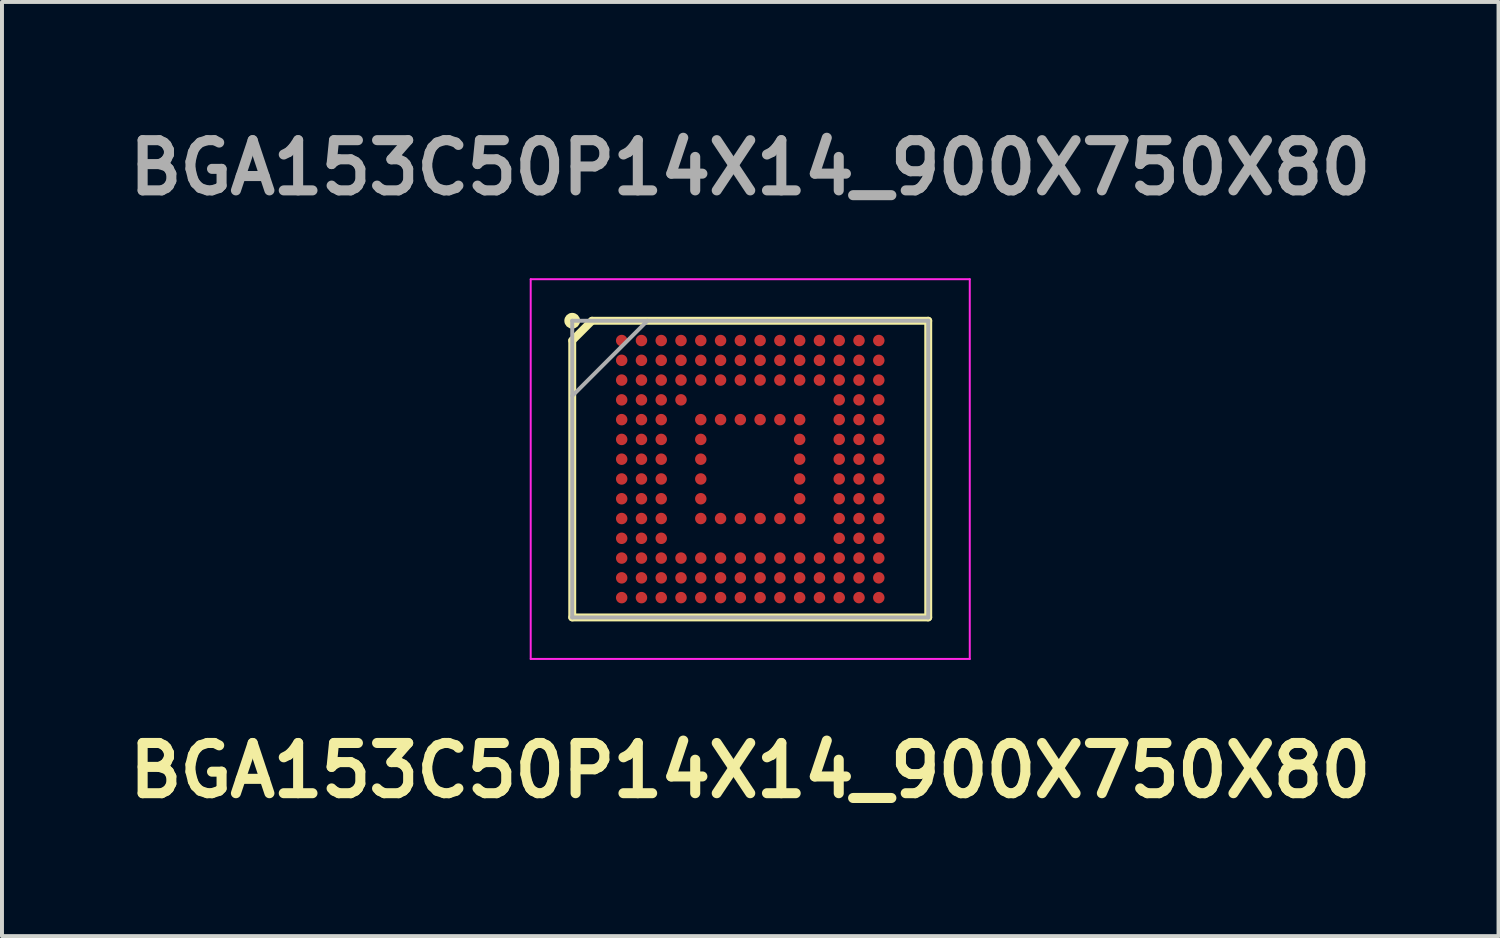
<source format=kicad_pcb>
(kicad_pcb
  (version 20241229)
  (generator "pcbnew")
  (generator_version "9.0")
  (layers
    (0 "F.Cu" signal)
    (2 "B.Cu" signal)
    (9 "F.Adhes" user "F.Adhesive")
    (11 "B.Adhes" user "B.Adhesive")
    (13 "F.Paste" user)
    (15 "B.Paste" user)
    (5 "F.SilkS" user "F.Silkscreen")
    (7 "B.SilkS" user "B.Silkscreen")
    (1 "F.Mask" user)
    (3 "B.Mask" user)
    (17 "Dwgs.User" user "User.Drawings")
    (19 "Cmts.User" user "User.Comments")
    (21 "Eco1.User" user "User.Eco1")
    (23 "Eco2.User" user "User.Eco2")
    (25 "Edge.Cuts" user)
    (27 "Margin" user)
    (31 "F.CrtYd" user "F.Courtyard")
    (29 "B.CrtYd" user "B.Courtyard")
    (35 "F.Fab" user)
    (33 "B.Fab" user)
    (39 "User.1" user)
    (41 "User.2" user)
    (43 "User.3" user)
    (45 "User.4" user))
  (footprint "BGA153C50P14X14_900X750X80"
    (layer "F.Cu")
    (at 15.917 8.809)
    (property "Reference" "BGA153C50P14X14_900X750X80" (at 0 7.62 0) (layer "F.SilkS") (effects (font (size 1.27 1.27) (thickness 0.254))))
    (attr smd)
    (fp_line (start -4.5 -3.25) (end -4 -3.75) (stroke (width 0.2) (type solid)) (layer "F.SilkS"))
    (fp_line (start -4.5 3.75) (end -4.5 -3.25) (stroke (width 0.2) (type solid)) (layer "F.SilkS"))
    (fp_line (start -4 -3.75) (end 4.5 -3.75) (stroke (width 0.2) (type solid)) (layer "F.SilkS"))
    (fp_line (start 4.5 -3.75) (end 4.5 3.75) (stroke (width 0.2) (type solid)) (layer "F.SilkS"))
    (fp_line (start 4.5 3.75) (end -4.5 3.75) (stroke (width 0.2) (type solid)) (layer "F.SilkS"))
    (fp_circle (center -4.5 -3.75) (end -4.5 -3.65) (stroke (width 0.2) (type solid)) (fill no) (layer "F.SilkS"))
    (fp_line (start -5.55 -4.8) (end 5.55 -4.8) (stroke (width 0.05) (type solid)) (layer "F.CrtYd"))
    (fp_line (start -5.55 4.8) (end -5.55 -4.8) (stroke (width 0.05) (type solid)) (layer "F.CrtYd"))
    (fp_line (start 5.55 -4.8) (end 5.55 4.8) (stroke (width 0.05) (type solid)) (layer "F.CrtYd"))
    (fp_line (start 5.55 4.8) (end -5.55 4.8) (stroke (width 0.05) (type solid)) (layer "F.CrtYd"))
    (fp_line (start -4.5 -3.75) (end 4.5 -3.75) (stroke (width 0.1) (type solid)) (layer "F.Fab"))
    (fp_line (start -4.5 -1.85) (end -2.6 -3.75) (stroke (width 0.1) (type solid)) (layer "F.Fab"))
    (fp_line (start -4.5 3.75) (end -4.5 -3.75) (stroke (width 0.1) (type solid)) (layer "F.Fab"))
    (fp_line (start 4.5 -3.75) (end 4.5 3.75) (stroke (width 0.1) (type solid)) (layer "F.Fab"))
    (fp_line (start 4.5 3.75) (end -4.5 3.75) (stroke (width 0.1) (type solid)) (layer "F.Fab"))
    (fp_text user "${REFERENCE}" (at 0 -7.62 0) (layer "F.Fab") (effects (font (size 1.27 1.27) (thickness 0.254))))
    (pad "A1" smd circle (at -3.25 -3.25 90) (size 0.29 0.29) (layers "F.Cu" "F.Mask" "F.Paste"))
    (pad "A2" smd circle (at -2.75 -3.25 90) (size 0.29 0.29) (layers "F.Cu" "F.Mask" "F.Paste"))
    (pad "A3" smd circle (at -2.25 -3.25 90) (size 0.29 0.29) (layers "F.Cu" "F.Mask" "F.Paste"))
    (pad "A4" smd circle (at -1.75 -3.25 90) (size 0.29 0.29) (layers "F.Cu" "F.Mask" "F.Paste"))
    (pad "A5" smd circle (at -1.25 -3.25 90) (size 0.29 0.29) (layers "F.Cu" "F.Mask" "F.Paste"))
    (pad "A6" smd circle (at -0.75 -3.25 90) (size 0.29 0.29) (layers "F.Cu" "F.Mask" "F.Paste"))
    (pad "A7" smd circle (at -0.25 -3.25 90) (size 0.29 0.29) (layers "F.Cu" "F.Mask" "F.Paste"))
    (pad "A8" smd circle (at 0.25 -3.25 90) (size 0.29 0.29) (layers "F.Cu" "F.Mask" "F.Paste"))
    (pad "A9" smd circle (at 0.75 -3.25 90) (size 0.29 0.29) (layers "F.Cu" "F.Mask" "F.Paste"))
    (pad "A10" smd circle (at 1.25 -3.25 90) (size 0.29 0.29) (layers "F.Cu" "F.Mask" "F.Paste"))
    (pad "A11" smd circle (at 1.75 -3.25 90) (size 0.29 0.29) (layers "F.Cu" "F.Mask" "F.Paste"))
    (pad "A12" smd circle (at 2.25 -3.25 90) (size 0.29 0.29) (layers "F.Cu" "F.Mask" "F.Paste"))
    (pad "A13" smd circle (at 2.75 -3.25 90) (size 0.29 0.29) (layers "F.Cu" "F.Mask" "F.Paste"))
    (pad "A14" smd circle (at 3.25 -3.25 90) (size 0.29 0.29) (layers "F.Cu" "F.Mask" "F.Paste"))
    (pad "B1" smd circle (at -3.25 -2.75 90) (size 0.29 0.29) (layers "F.Cu" "F.Mask" "F.Paste"))
    (pad "B2" smd circle (at -2.75 -2.75 90) (size 0.29 0.29) (layers "F.Cu" "F.Mask" "F.Paste"))
    (pad "B3" smd circle (at -2.25 -2.75 90) (size 0.29 0.29) (layers "F.Cu" "F.Mask" "F.Paste"))
    (pad "B4" smd circle (at -1.75 -2.75 90) (size 0.29 0.29) (layers "F.Cu" "F.Mask" "F.Paste"))
    (pad "B5" smd circle (at -1.25 -2.75 90) (size 0.29 0.29) (layers "F.Cu" "F.Mask" "F.Paste"))
    (pad "B6" smd circle (at -0.75 -2.75 90) (size 0.29 0.29) (layers "F.Cu" "F.Mask" "F.Paste"))
    (pad "B7" smd circle (at -0.25 -2.75 90) (size 0.29 0.29) (layers "F.Cu" "F.Mask" "F.Paste"))
    (pad "B8" smd circle (at 0.25 -2.75 90) (size 0.29 0.29) (layers "F.Cu" "F.Mask" "F.Paste"))
    (pad "B9" smd circle (at 0.75 -2.75 90) (size 0.29 0.29) (layers "F.Cu" "F.Mask" "F.Paste"))
    (pad "B10" smd circle (at 1.25 -2.75 90) (size 0.29 0.29) (layers "F.Cu" "F.Mask" "F.Paste"))
    (pad "B11" smd circle (at 1.75 -2.75 90) (size 0.29 0.29) (layers "F.Cu" "F.Mask" "F.Paste"))
    (pad "B12" smd circle (at 2.25 -2.75 90) (size 0.29 0.29) (layers "F.Cu" "F.Mask" "F.Paste"))
    (pad "B13" smd circle (at 2.75 -2.75 90) (size 0.29 0.29) (layers "F.Cu" "F.Mask" "F.Paste"))
    (pad "B14" smd circle (at 3.25 -2.75 90) (size 0.29 0.29) (layers "F.Cu" "F.Mask" "F.Paste"))
    (pad "C1" smd circle (at -3.25 -2.25 90) (size 0.29 0.29) (layers "F.Cu" "F.Mask" "F.Paste"))
    (pad "C2" smd circle (at -2.75 -2.25 90) (size 0.29 0.29) (layers "F.Cu" "F.Mask" "F.Paste"))
    (pad "C3" smd circle (at -2.25 -2.25 90) (size 0.29 0.29) (layers "F.Cu" "F.Mask" "F.Paste"))
    (pad "C4" smd circle (at -1.75 -2.25 90) (size 0.29 0.29) (layers "F.Cu" "F.Mask" "F.Paste"))
    (pad "C5" smd circle (at -1.25 -2.25 90) (size 0.29 0.29) (layers "F.Cu" "F.Mask" "F.Paste"))
    (pad "C6" smd circle (at -0.75 -2.25 90) (size 0.29 0.29) (layers "F.Cu" "F.Mask" "F.Paste"))
    (pad "C7" smd circle (at -0.25 -2.25 90) (size 0.29 0.29) (layers "F.Cu" "F.Mask" "F.Paste"))
    (pad "C8" smd circle (at 0.25 -2.25 90) (size 0.29 0.29) (layers "F.Cu" "F.Mask" "F.Paste"))
    (pad "C9" smd circle (at 0.75 -2.25 90) (size 0.29 0.29) (layers "F.Cu" "F.Mask" "F.Paste"))
    (pad "C10" smd circle (at 1.25 -2.25 90) (size 0.29 0.29) (layers "F.Cu" "F.Mask" "F.Paste"))
    (pad "C11" smd circle (at 1.75 -2.25 90) (size 0.29 0.29) (layers "F.Cu" "F.Mask" "F.Paste"))
    (pad "C12" smd circle (at 2.25 -2.25 90) (size 0.29 0.29) (layers "F.Cu" "F.Mask" "F.Paste"))
    (pad "C13" smd circle (at 2.75 -2.25 90) (size 0.29 0.29) (layers "F.Cu" "F.Mask" "F.Paste"))
    (pad "C14" smd circle (at 3.25 -2.25 90) (size 0.29 0.29) (layers "F.Cu" "F.Mask" "F.Paste"))
    (pad "D1" smd circle (at -3.25 -1.75 90) (size 0.29 0.29) (layers "F.Cu" "F.Mask" "F.Paste"))
    (pad "D2" smd circle (at -2.75 -1.75 90) (size 0.29 0.29) (layers "F.Cu" "F.Mask" "F.Paste"))
    (pad "D3" smd circle (at -2.25 -1.75 90) (size 0.29 0.29) (layers "F.Cu" "F.Mask" "F.Paste"))
    (pad "D4" smd circle (at -1.75 -1.75 90) (size 0.29 0.29) (layers "F.Cu" "F.Mask" "F.Paste"))
    (pad "D12" smd circle (at 2.25 -1.75 90) (size 0.29 0.29) (layers "F.Cu" "F.Mask" "F.Paste"))
    (pad "D13" smd circle (at 2.75 -1.75 90) (size 0.29 0.29) (layers "F.Cu" "F.Mask" "F.Paste"))
    (pad "D14" smd circle (at 3.25 -1.75 90) (size 0.29 0.29) (layers "F.Cu" "F.Mask" "F.Paste"))
    (pad "E1" smd circle (at -3.25 -1.25 90) (size 0.29 0.29) (layers "F.Cu" "F.Mask" "F.Paste"))
    (pad "E2" smd circle (at -2.75 -1.25 90) (size 0.29 0.29) (layers "F.Cu" "F.Mask" "F.Paste"))
    (pad "E3" smd circle (at -2.25 -1.25 90) (size 0.29 0.29) (layers "F.Cu" "F.Mask" "F.Paste"))
    (pad "E5" smd circle (at -1.25 -1.25 90) (size 0.29 0.29) (layers "F.Cu" "F.Mask" "F.Paste"))
    (pad "E6" smd circle (at -0.75 -1.25 90) (size 0.29 0.29) (layers "F.Cu" "F.Mask" "F.Paste"))
    (pad "E7" smd circle (at -0.25 -1.25 90) (size 0.29 0.29) (layers "F.Cu" "F.Mask" "F.Paste"))
    (pad "E8" smd circle (at 0.25 -1.25 90) (size 0.29 0.29) (layers "F.Cu" "F.Mask" "F.Paste"))
    (pad "E9" smd circle (at 0.75 -1.25 90) (size 0.29 0.29) (layers "F.Cu" "F.Mask" "F.Paste"))
    (pad "E10" smd circle (at 1.25 -1.25 90) (size 0.29 0.29) (layers "F.Cu" "F.Mask" "F.Paste"))
    (pad "E12" smd circle (at 2.25 -1.25 90) (size 0.29 0.29) (layers "F.Cu" "F.Mask" "F.Paste"))
    (pad "E13" smd circle (at 2.75 -1.25 90) (size 0.29 0.29) (layers "F.Cu" "F.Mask" "F.Paste"))
    (pad "E14" smd circle (at 3.25 -1.25 90) (size 0.29 0.29) (layers "F.Cu" "F.Mask" "F.Paste"))
    (pad "F1" smd circle (at -3.25 -0.75 90) (size 0.29 0.29) (layers "F.Cu" "F.Mask" "F.Paste"))
    (pad "F2" smd circle (at -2.75 -0.75 90) (size 0.29 0.29) (layers "F.Cu" "F.Mask" "F.Paste"))
    (pad "F3" smd circle (at -2.25 -0.75 90) (size 0.29 0.29) (layers "F.Cu" "F.Mask" "F.Paste"))
    (pad "F5" smd circle (at -1.25 -0.75 90) (size 0.29 0.29) (layers "F.Cu" "F.Mask" "F.Paste"))
    (pad "F10" smd circle (at 1.25 -0.75 90) (size 0.29 0.29) (layers "F.Cu" "F.Mask" "F.Paste"))
    (pad "F12" smd circle (at 2.25 -0.75 90) (size 0.29 0.29) (layers "F.Cu" "F.Mask" "F.Paste"))
    (pad "F13" smd circle (at 2.75 -0.75 90) (size 0.29 0.29) (layers "F.Cu" "F.Mask" "F.Paste"))
    (pad "F14" smd circle (at 3.25 -0.75 90) (size 0.29 0.29) (layers "F.Cu" "F.Mask" "F.Paste"))
    (pad "G1" smd circle (at -3.25 -0.25 90) (size 0.29 0.29) (layers "F.Cu" "F.Mask" "F.Paste"))
    (pad "G2" smd circle (at -2.75 -0.25 90) (size 0.29 0.29) (layers "F.Cu" "F.Mask" "F.Paste"))
    (pad "G3" smd circle (at -2.25 -0.25 90) (size 0.29 0.29) (layers "F.Cu" "F.Mask" "F.Paste"))
    (pad "G5" smd circle (at -1.25 -0.25 90) (size 0.29 0.29) (layers "F.Cu" "F.Mask" "F.Paste"))
    (pad "G10" smd circle (at 1.25 -0.25 90) (size 0.29 0.29) (layers "F.Cu" "F.Mask" "F.Paste"))
    (pad "G12" smd circle (at 2.25 -0.25 90) (size 0.29 0.29) (layers "F.Cu" "F.Mask" "F.Paste"))
    (pad "G13" smd circle (at 2.75 -0.25 90) (size 0.29 0.29) (layers "F.Cu" "F.Mask" "F.Paste"))
    (pad "G14" smd circle (at 3.25 -0.25 90) (size 0.29 0.29) (layers "F.Cu" "F.Mask" "F.Paste"))
    (pad "H1" smd circle (at -3.25 0.25 90) (size 0.29 0.29) (layers "F.Cu" "F.Mask" "F.Paste"))
    (pad "H2" smd circle (at -2.75 0.25 90) (size 0.29 0.29) (layers "F.Cu" "F.Mask" "F.Paste"))
    (pad "H3" smd circle (at -2.25 0.25 90) (size 0.29 0.29) (layers "F.Cu" "F.Mask" "F.Paste"))
    (pad "H5" smd circle (at -1.25 0.25 90) (size 0.29 0.29) (layers "F.Cu" "F.Mask" "F.Paste"))
    (pad "H10" smd circle (at 1.25 0.25 90) (size 0.29 0.29) (layers "F.Cu" "F.Mask" "F.Paste"))
    (pad "H12" smd circle (at 2.25 0.25 90) (size 0.29 0.29) (layers "F.Cu" "F.Mask" "F.Paste"))
    (pad "H13" smd circle (at 2.75 0.25 90) (size 0.29 0.29) (layers "F.Cu" "F.Mask" "F.Paste"))
    (pad "H14" smd circle (at 3.25 0.25 90) (size 0.29 0.29) (layers "F.Cu" "F.Mask" "F.Paste"))
    (pad "J1" smd circle (at -3.25 0.75 90) (size 0.29 0.29) (layers "F.Cu" "F.Mask" "F.Paste"))
    (pad "J2" smd circle (at -2.75 0.75 90) (size 0.29 0.29) (layers "F.Cu" "F.Mask" "F.Paste"))
    (pad "J3" smd circle (at -2.25 0.75 90) (size 0.29 0.29) (layers "F.Cu" "F.Mask" "F.Paste"))
    (pad "J5" smd circle (at -1.25 0.75 90) (size 0.29 0.29) (layers "F.Cu" "F.Mask" "F.Paste"))
    (pad "J10" smd circle (at 1.25 0.75 90) (size 0.29 0.29) (layers "F.Cu" "F.Mask" "F.Paste"))
    (pad "J12" smd circle (at 2.25 0.75 90) (size 0.29 0.29) (layers "F.Cu" "F.Mask" "F.Paste"))
    (pad "J13" smd circle (at 2.75 0.75 90) (size 0.29 0.29) (layers "F.Cu" "F.Mask" "F.Paste"))
    (pad "J14" smd circle (at 3.25 0.75 90) (size 0.29 0.29) (layers "F.Cu" "F.Mask" "F.Paste"))
    (pad "K1" smd circle (at -3.25 1.25 90) (size 0.29 0.29) (layers "F.Cu" "F.Mask" "F.Paste"))
    (pad "K2" smd circle (at -2.75 1.25 90) (size 0.29 0.29) (layers "F.Cu" "F.Mask" "F.Paste"))
    (pad "K3" smd circle (at -2.25 1.25 90) (size 0.29 0.29) (layers "F.Cu" "F.Mask" "F.Paste"))
    (pad "K5" smd circle (at -1.25 1.25 90) (size 0.29 0.29) (layers "F.Cu" "F.Mask" "F.Paste"))
    (pad "K6" smd circle (at -0.75 1.25 90) (size 0.29 0.29) (layers "F.Cu" "F.Mask" "F.Paste"))
    (pad "K7" smd circle (at -0.25 1.25 90) (size 0.29 0.29) (layers "F.Cu" "F.Mask" "F.Paste"))
    (pad "K8" smd circle (at 0.25 1.25 90) (size 0.29 0.29) (layers "F.Cu" "F.Mask" "F.Paste"))
    (pad "K9" smd circle (at 0.75 1.25 90) (size 0.29 0.29) (layers "F.Cu" "F.Mask" "F.Paste"))
    (pad "K10" smd circle (at 1.25 1.25 90) (size 0.29 0.29) (layers "F.Cu" "F.Mask" "F.Paste"))
    (pad "K12" smd circle (at 2.25 1.25 90) (size 0.29 0.29) (layers "F.Cu" "F.Mask" "F.Paste"))
    (pad "K13" smd circle (at 2.75 1.25 90) (size 0.29 0.29) (layers "F.Cu" "F.Mask" "F.Paste"))
    (pad "K14" smd circle (at 3.25 1.25 90) (size 0.29 0.29) (layers "F.Cu" "F.Mask" "F.Paste"))
    (pad "L1" smd circle (at -3.25 1.75 90) (size 0.29 0.29) (layers "F.Cu" "F.Mask" "F.Paste"))
    (pad "L2" smd circle (at -2.75 1.75 90) (size 0.29 0.29) (layers "F.Cu" "F.Mask" "F.Paste"))
    (pad "L3" smd circle (at -2.25 1.75 90) (size 0.29 0.29) (layers "F.Cu" "F.Mask" "F.Paste"))
    (pad "L12" smd circle (at 2.25 1.75 90) (size 0.29 0.29) (layers "F.Cu" "F.Mask" "F.Paste"))
    (pad "L13" smd circle (at 2.75 1.75 90) (size 0.29 0.29) (layers "F.Cu" "F.Mask" "F.Paste"))
    (pad "L14" smd circle (at 3.25 1.75 90) (size 0.29 0.29) (layers "F.Cu" "F.Mask" "F.Paste"))
    (pad "M1" smd circle (at -3.25 2.25 90) (size 0.29 0.29) (layers "F.Cu" "F.Mask" "F.Paste"))
    (pad "M2" smd circle (at -2.75 2.25 90) (size 0.29 0.29) (layers "F.Cu" "F.Mask" "F.Paste"))
    (pad "M3" smd circle (at -2.25 2.25 90) (size 0.29 0.29) (layers "F.Cu" "F.Mask" "F.Paste"))
    (pad "M4" smd circle (at -1.75 2.25 90) (size 0.29 0.29) (layers "F.Cu" "F.Mask" "F.Paste"))
    (pad "M5" smd circle (at -1.25 2.25 90) (size 0.29 0.29) (layers "F.Cu" "F.Mask" "F.Paste"))
    (pad "M6" smd circle (at -0.75 2.25 90) (size 0.29 0.29) (layers "F.Cu" "F.Mask" "F.Paste"))
    (pad "M7" smd circle (at -0.25 2.25 90) (size 0.29 0.29) (layers "F.Cu" "F.Mask" "F.Paste"))
    (pad "M8" smd circle (at 0.25 2.25 90) (size 0.29 0.29) (layers "F.Cu" "F.Mask" "F.Paste"))
    (pad "M9" smd circle (at 0.75 2.25 90) (size 0.29 0.29) (layers "F.Cu" "F.Mask" "F.Paste"))
    (pad "M10" smd circle (at 1.25 2.25 90) (size 0.29 0.29) (layers "F.Cu" "F.Mask" "F.Paste"))
    (pad "M11" smd circle (at 1.75 2.25 90) (size 0.29 0.29) (layers "F.Cu" "F.Mask" "F.Paste"))
    (pad "M12" smd circle (at 2.25 2.25 90) (size 0.29 0.29) (layers "F.Cu" "F.Mask" "F.Paste"))
    (pad "M13" smd circle (at 2.75 2.25 90) (size 0.29 0.29) (layers "F.Cu" "F.Mask" "F.Paste"))
    (pad "M14" smd circle (at 3.25 2.25 90) (size 0.29 0.29) (layers "F.Cu" "F.Mask" "F.Paste"))
    (pad "N1" smd circle (at -3.25 2.75 90) (size 0.29 0.29) (layers "F.Cu" "F.Mask" "F.Paste"))
    (pad "N2" smd circle (at -2.75 2.75 90) (size 0.29 0.29) (layers "F.Cu" "F.Mask" "F.Paste"))
    (pad "N3" smd circle (at -2.25 2.75 90) (size 0.29 0.29) (layers "F.Cu" "F.Mask" "F.Paste"))
    (pad "N4" smd circle (at -1.75 2.75 90) (size 0.29 0.29) (layers "F.Cu" "F.Mask" "F.Paste"))
    (pad "N5" smd circle (at -1.25 2.75 90) (size 0.29 0.29) (layers "F.Cu" "F.Mask" "F.Paste"))
    (pad "N6" smd circle (at -0.75 2.75 90) (size 0.29 0.29) (layers "F.Cu" "F.Mask" "F.Paste"))
    (pad "N7" smd circle (at -0.25 2.75 90) (size 0.29 0.29) (layers "F.Cu" "F.Mask" "F.Paste"))
    (pad "N8" smd circle (at 0.25 2.75 90) (size 0.29 0.29) (layers "F.Cu" "F.Mask" "F.Paste"))
    (pad "N9" smd circle (at 0.75 2.75 90) (size 0.29 0.29) (layers "F.Cu" "F.Mask" "F.Paste"))
    (pad "N10" smd circle (at 1.25 2.75 90) (size 0.29 0.29) (layers "F.Cu" "F.Mask" "F.Paste"))
    (pad "N11" smd circle (at 1.75 2.75 90) (size 0.29 0.29) (layers "F.Cu" "F.Mask" "F.Paste"))
    (pad "N12" smd circle (at 2.25 2.75 90) (size 0.29 0.29) (layers "F.Cu" "F.Mask" "F.Paste"))
    (pad "N13" smd circle (at 2.75 2.75 90) (size 0.29 0.29) (layers "F.Cu" "F.Mask" "F.Paste"))
    (pad "N14" smd circle (at 3.25 2.75 90) (size 0.29 0.29) (layers "F.Cu" "F.Mask" "F.Paste"))
    (pad "P1" smd circle (at -3.25 3.25 90) (size 0.29 0.29) (layers "F.Cu" "F.Mask" "F.Paste"))
    (pad "P2" smd circle (at -2.75 3.25 90) (size 0.29 0.29) (layers "F.Cu" "F.Mask" "F.Paste"))
    (pad "P3" smd circle (at -2.25 3.25 90) (size 0.29 0.29) (layers "F.Cu" "F.Mask" "F.Paste"))
    (pad "P4" smd circle (at -1.75 3.25 90) (size 0.29 0.29) (layers "F.Cu" "F.Mask" "F.Paste"))
    (pad "P5" smd circle (at -1.25 3.25 90) (size 0.29 0.29) (layers "F.Cu" "F.Mask" "F.Paste"))
    (pad "P6" smd circle (at -0.75 3.25 90) (size 0.29 0.29) (layers "F.Cu" "F.Mask" "F.Paste"))
    (pad "P7" smd circle (at -0.25 3.25 90) (size 0.29 0.29) (layers "F.Cu" "F.Mask" "F.Paste"))
    (pad "P8" smd circle (at 0.25 3.25 90) (size 0.29 0.29) (layers "F.Cu" "F.Mask" "F.Paste"))
    (pad "P9" smd circle (at 0.75 3.25 90) (size 0.29 0.29) (layers "F.Cu" "F.Mask" "F.Paste"))
    (pad "P10" smd circle (at 1.25 3.25 90) (size 0.29 0.29) (layers "F.Cu" "F.Mask" "F.Paste"))
    (pad "P11" smd circle (at 1.75 3.25 90) (size 0.29 0.29) (layers "F.Cu" "F.Mask" "F.Paste"))
    (pad "P12" smd circle (at 2.25 3.25 90) (size 0.29 0.29) (layers "F.Cu" "F.Mask" "F.Paste"))
    (pad "P13" smd circle (at 2.75 3.25 90) (size 0.29 0.29) (layers "F.Cu" "F.Mask" "F.Paste"))
    (pad "P14" smd circle (at 3.25 3.25 90) (size 0.29 0.29) (layers "F.Cu" "F.Mask" "F.Paste")))
  (gr_rect
    (start -3 -3)
    (end 34.835 20.617)
    (stroke (width 0.1) (type default))
    (fill no)
    (layer "Edge.Cuts")))
</source>
